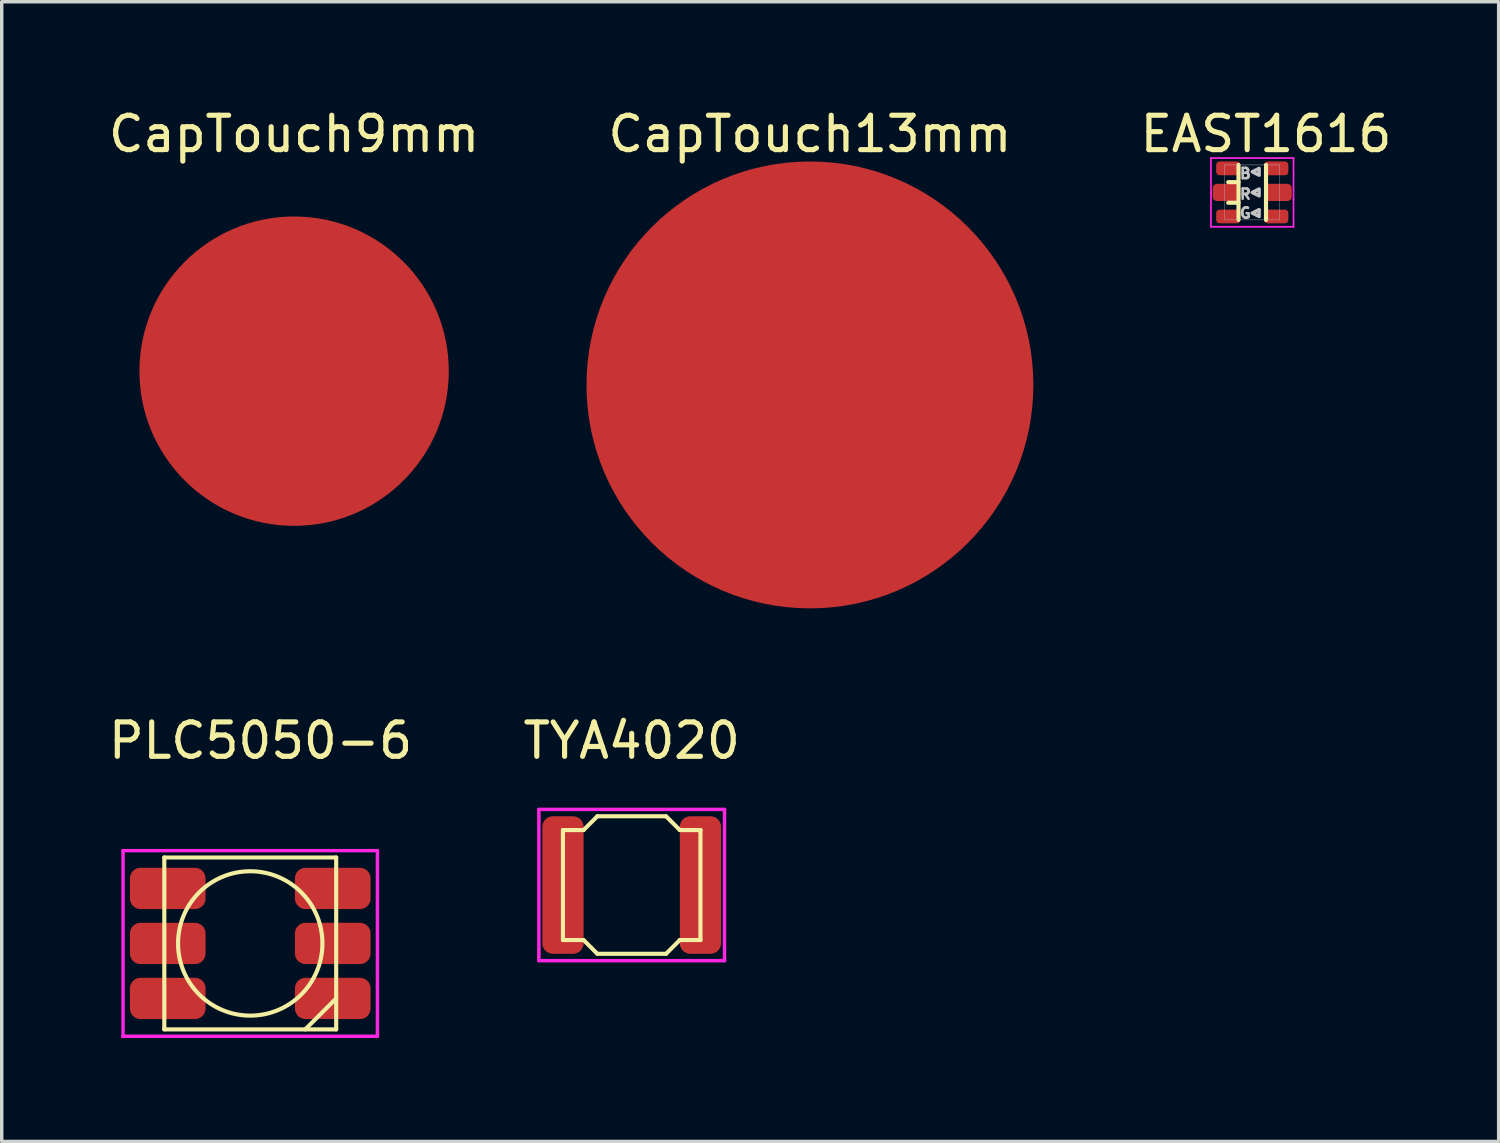
<source format=kicad_pcb>
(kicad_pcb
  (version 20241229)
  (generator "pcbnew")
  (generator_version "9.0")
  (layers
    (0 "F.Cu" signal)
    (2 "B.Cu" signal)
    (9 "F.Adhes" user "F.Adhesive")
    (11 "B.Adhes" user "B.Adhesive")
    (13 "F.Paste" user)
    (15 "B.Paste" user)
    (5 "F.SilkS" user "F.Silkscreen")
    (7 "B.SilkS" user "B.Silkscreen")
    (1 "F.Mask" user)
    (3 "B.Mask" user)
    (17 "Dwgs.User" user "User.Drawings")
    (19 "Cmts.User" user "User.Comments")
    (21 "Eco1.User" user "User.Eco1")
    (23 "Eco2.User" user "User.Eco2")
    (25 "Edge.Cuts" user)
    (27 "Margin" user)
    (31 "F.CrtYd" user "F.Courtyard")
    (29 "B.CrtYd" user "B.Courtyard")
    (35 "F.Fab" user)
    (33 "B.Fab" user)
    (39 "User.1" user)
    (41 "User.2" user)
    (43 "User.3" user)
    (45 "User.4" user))
  (footprint "CapTouch13mm"
    (layer "F.Cu")
    (at 20.512 8.148)
    (property "Reference" "CapTouch13mm" (at 0 -7.3 0) (layer "F.SilkS") (effects (font (size 1 1) (thickness 0.15))))
    (attr through_hole)
    (pad "1" smd circle (at 0 0) (size 13 13) (layers "F.Cu" "F.Mask" "F.Paste")))
  (footprint "CapTouch9mm"
    (layer "F.Cu")
    (at 5.506 7.748)
    (property "Reference" "CapTouch9mm" (at 0 -6.9 0) (layer "F.SilkS") (effects (font (size 1 1) (thickness 0.15))))
    (attr through_hole)
    (pad "1" smd circle (at 0 0) (size 9 9) (layers "F.Cu" "F.Mask" "F.Paste")))
  (footprint "PLC5050-6"
    (layer "F.Cu")
    (at 4.23 24.396)
    (property "Reference" "PLC5050-6" (at 0.3 -5.9 0) (layer "F.SilkS") (effects (font (size 1 1) (thickness 0.15))))
    (attr through_hole)
    (fp_line (start -2.5 -2.5) (end 2.5 -2.5) (stroke (width 0.12) (type solid)) (layer "F.SilkS"))
    (fp_line (start -2.5 2.5) (end -2.5 -2.5) (stroke (width 0.12) (type solid)) (layer "F.SilkS"))
    (fp_line (start 2.5 -2.5) (end 2.5 2.5) (stroke (width 0.12) (type solid)) (layer "F.SilkS"))
    (fp_line (start 2.5 1.6) (end 1.6 2.5) (stroke (width 0.12) (type solid)) (layer "F.SilkS"))
    (fp_line (start 2.5 2.5) (end -2.5 2.5) (stroke (width 0.12) (type solid)) (layer "F.SilkS"))
    (fp_circle (center 0 0) (end -2.1 0) (stroke (width 0.12) (type solid)) (fill no) (layer "F.SilkS"))
    (fp_line (start -3.7 -2.7) (end -3.7 2.7) (stroke (width 0.1) (type solid)) (layer "F.CrtYd"))
    (fp_line (start -3.7 2.7) (end -3.7 2.7) (stroke (width 0.12) (type solid)) (layer "F.CrtYd"))
    (fp_line (start -3.7 2.7) (end 3.7 2.7) (stroke (width 0.1) (type solid)) (layer "F.CrtYd"))
    (fp_line (start 3.7 -2.7) (end -3.7 -2.7) (stroke (width 0.1) (type solid)) (layer "F.CrtYd"))
    (fp_line (start 3.7 2.7) (end 3.7 -2.7) (stroke (width 0.1) (type solid)) (layer "F.CrtYd"))
    (pad "1" smd roundrect (at -2.4 -1.6) (size 2.2 1.2) (layers "F.Cu" "F.Mask" "F.Paste") (roundrect_rratio 0.25))
    (pad "2" smd roundrect (at -2.4 0) (size 2.2 1.2) (layers "F.Cu" "F.Mask" "F.Paste") (roundrect_rratio 0.25))
    (pad "3" smd roundrect (at -2.4 1.6) (size 2.2 1.2) (layers "F.Cu" "F.Mask" "F.Paste") (roundrect_rratio 0.25))
    (pad "4" smd roundrect (at 2.4 1.6) (size 2.2 1.2) (layers "F.Cu" "F.Mask" "F.Paste") (roundrect_rratio 0.25))
    (pad "5" smd roundrect (at 2.4 0) (size 2.2 1.2) (layers "F.Cu" "F.Mask" "F.Paste") (roundrect_rratio 0.25))
    (pad "6" smd roundrect (at 2.4 -1.6) (size 2.2 1.2) (layers "F.Cu" "F.Mask" "F.Paste") (roundrect_rratio 0.25)))
  (footprint "TYA4020"
    (layer "F.Cu")
    (at 15.327 22.697)
    (property "Reference" "TYA4020" (at 0 -4.2 0) (layer "F.SilkS") (effects (font (size 1 1) (thickness 0.15))))
    (attr through_hole)
    (fp_line (start -2 -1.6) (end -2 1.6) (stroke (width 0.12) (type solid)) (layer "F.SilkS"))
    (fp_line (start -2 1.6) (end -1.4 1.6) (stroke (width 0.12) (type solid)) (layer "F.SilkS"))
    (fp_line (start -1.4 -1.6) (end -2 -1.6) (stroke (width 0.12) (type solid)) (layer "F.SilkS"))
    (fp_line (start -1.4 -1.6) (end -1 -2) (stroke (width 0.12) (type solid)) (layer "F.SilkS"))
    (fp_line (start -1 2) (end -1.4 1.6) (stroke (width 0.12) (type solid)) (layer "F.SilkS"))
    (fp_line (start -1 2) (end 1 2) (stroke (width 0.12) (type solid)) (layer "F.SilkS"))
    (fp_line (start 1 -2) (end -1 -2) (stroke (width 0.12) (type solid)) (layer "F.SilkS"))
    (fp_line (start 1 -2) (end 1.4 -1.6) (stroke (width 0.12) (type solid)) (layer "F.SilkS"))
    (fp_line (start 1.4 1.6) (end 1 2) (stroke (width 0.12) (type solid)) (layer "F.SilkS"))
    (fp_line (start 1.4 1.6) (end 2 1.6) (stroke (width 0.12) (type solid)) (layer "F.SilkS"))
    (fp_line (start 2 -1.6) (end 1.4 -1.6) (stroke (width 0.12) (type solid)) (layer "F.SilkS"))
    (fp_line (start 2 1.6) (end 2 -1.6) (stroke (width 0.12) (type solid)) (layer "F.SilkS"))
    (fp_line (start -2.7 -2.2) (end 2.7 -2.2) (stroke (width 0.1) (type solid)) (layer "F.CrtYd"))
    (fp_line (start -2.7 2.2) (end -2.7 -2.2) (stroke (width 0.1) (type solid)) (layer "F.CrtYd"))
    (fp_line (start 2.7 -2.2) (end 2.7 2.2) (stroke (width 0.1) (type solid)) (layer "F.CrtYd"))
    (fp_line (start 2.7 2.2) (end -2.7 2.2) (stroke (width 0.1) (type solid)) (layer "F.CrtYd"))
    (pad "1" smd roundrect (at -2 0 90) (size 4 1.2) (layers "F.Cu" "F.Mask" "F.Paste") (roundrect_rratio 0.25))
    (pad "2" smd roundrect (at 2 0 90) (size 4 1.2) (layers "F.Cu" "F.Mask" "F.Paste") (roundrect_rratio 0.25)))
  (footprint "EAST1616"
    (layer "F.Cu")
    (at 33.38 2.548)
    (property "Reference" "EAST1616" (at 0.4 -1.7 0) (layer "F.SilkS") (effects (font (size 1 1) (thickness 0.15))))
    (attr through_hole)
    (fp_line (start -0.7 -0.3) (end -0.4 -0.3) (stroke (width 0.12) (type solid)) (layer "F.SilkS"))
    (fp_line (start -0.4 0.3) (end -0.7 0.3) (stroke (width 0.12) (type solid)) (layer "F.SilkS"))
    (fp_line (start -0.4 0.8) (end -0.4 -0.8) (stroke (width 0.12) (type solid)) (layer "F.SilkS"))
    (fp_line (start 0.4 -0.8) (end 0.4 0.8) (stroke (width 0.12) (type solid)) (layer "F.SilkS"))
    (fp_line (start -0.8 -0.8) (end -0.8 0.8) (stroke (width 0.01) (type solid)) (layer "Dwgs.User"))
    (fp_line (start -0.8 0.8) (end 0.8 0.8) (stroke (width 0.01) (type solid)) (layer "Dwgs.User"))
    (fp_line (start 0.8 -0.8) (end -0.8 -0.8) (stroke (width 0.01) (type solid)) (layer "Dwgs.User"))
    (fp_line (start 0.8 0.8) (end 0.8 -0.8) (stroke (width 0.01) (type solid)) (layer "Dwgs.User"))
    (fp_poly (pts (xy 0.2 -0.5) (xy 0 -0.6) (xy 0.2 -0.7)) (stroke (width 0.1) (type solid)) (fill no) (layer "Dwgs.User"))
    (fp_poly (pts (xy 0.2 0.1) (xy 0 0) (xy 0.2 -0.1)) (stroke (width 0.1) (type solid)) (fill no) (layer "Dwgs.User"))
    (fp_poly (pts (xy 0.2 0.7) (xy 0 0.6) (xy 0.2 0.5)) (stroke (width 0.1) (type solid)) (fill no) (layer "Dwgs.User"))
    (fp_line (start -1.2 -1) (end 1.2 -1) (stroke (width 0.05) (type solid)) (layer "F.CrtYd"))
    (fp_line (start -1.2 0) (end -1.2 -1) (stroke (width 0.05) (type solid)) (layer "F.CrtYd"))
    (fp_line (start -1.2 1) (end -1.2 0) (stroke (width 0.05) (type solid)) (layer "F.CrtYd"))
    (fp_line (start 1.2 -1) (end 1.2 0.2) (stroke (width 0.05) (type solid)) (layer "F.CrtYd"))
    (fp_line (start 1.2 0.2) (end 1.2 1) (stroke (width 0.05) (type solid)) (layer "F.CrtYd"))
    (fp_line (start 1.2 1) (end -1.2 1) (stroke (width 0.05) (type solid)) (layer "F.CrtYd"))
    (fp_text user "B" (at -0.2 -0.55 0) (layer "Dwgs.User") (effects (font (size 0.3 0.3) (thickness 0.075))))
    (fp_text user "G" (at -0.2 0.6 0) (layer "Dwgs.User") (effects (font (size 0.3 0.3) (thickness 0.075))))
    (fp_text user "R" (at -0.2 0.05 0) (layer "Dwgs.User") (effects (font (size 0.3 0.3) (thickness 0.075))))
    (pad "1" smd roundrect (at 0.7 -0.7) (size 0.7 0.4) (layers "F.Cu" "F.Mask" "F.Paste") (roundrect_rratio 0.25))
    (pad "2" smd roundrect (at -0.7 -0.7) (size 0.7 0.4) (layers "F.Cu" "F.Mask" "F.Paste") (roundrect_rratio 0.25))
    (pad "3" smd roundrect (at 0.75 0) (size 0.8 0.5) (layers "F.Cu" "F.Mask" "F.Paste") (roundrect_rratio 0.25))
    (pad "4" smd roundrect (at -0.75 0) (size 0.8 0.5) (layers "F.Cu" "F.Mask" "F.Paste") (roundrect_rratio 0.25))
    (pad "5" smd roundrect (at 0.7 0.7) (size 0.7 0.4) (layers "F.Cu" "F.Mask" "F.Paste") (roundrect_rratio 0.25))
    (pad "6" smd roundrect (at -0.7 0.7) (size 0.7 0.4) (layers "F.Cu" "F.Mask" "F.Paste") (roundrect_rratio 0.25)))
  (gr_rect
    (start -3 -3)
    (end 40.548 30.157)
    (stroke (width 0.1) (type default))
    (fill no)
    (layer "Edge.Cuts")))
</source>
